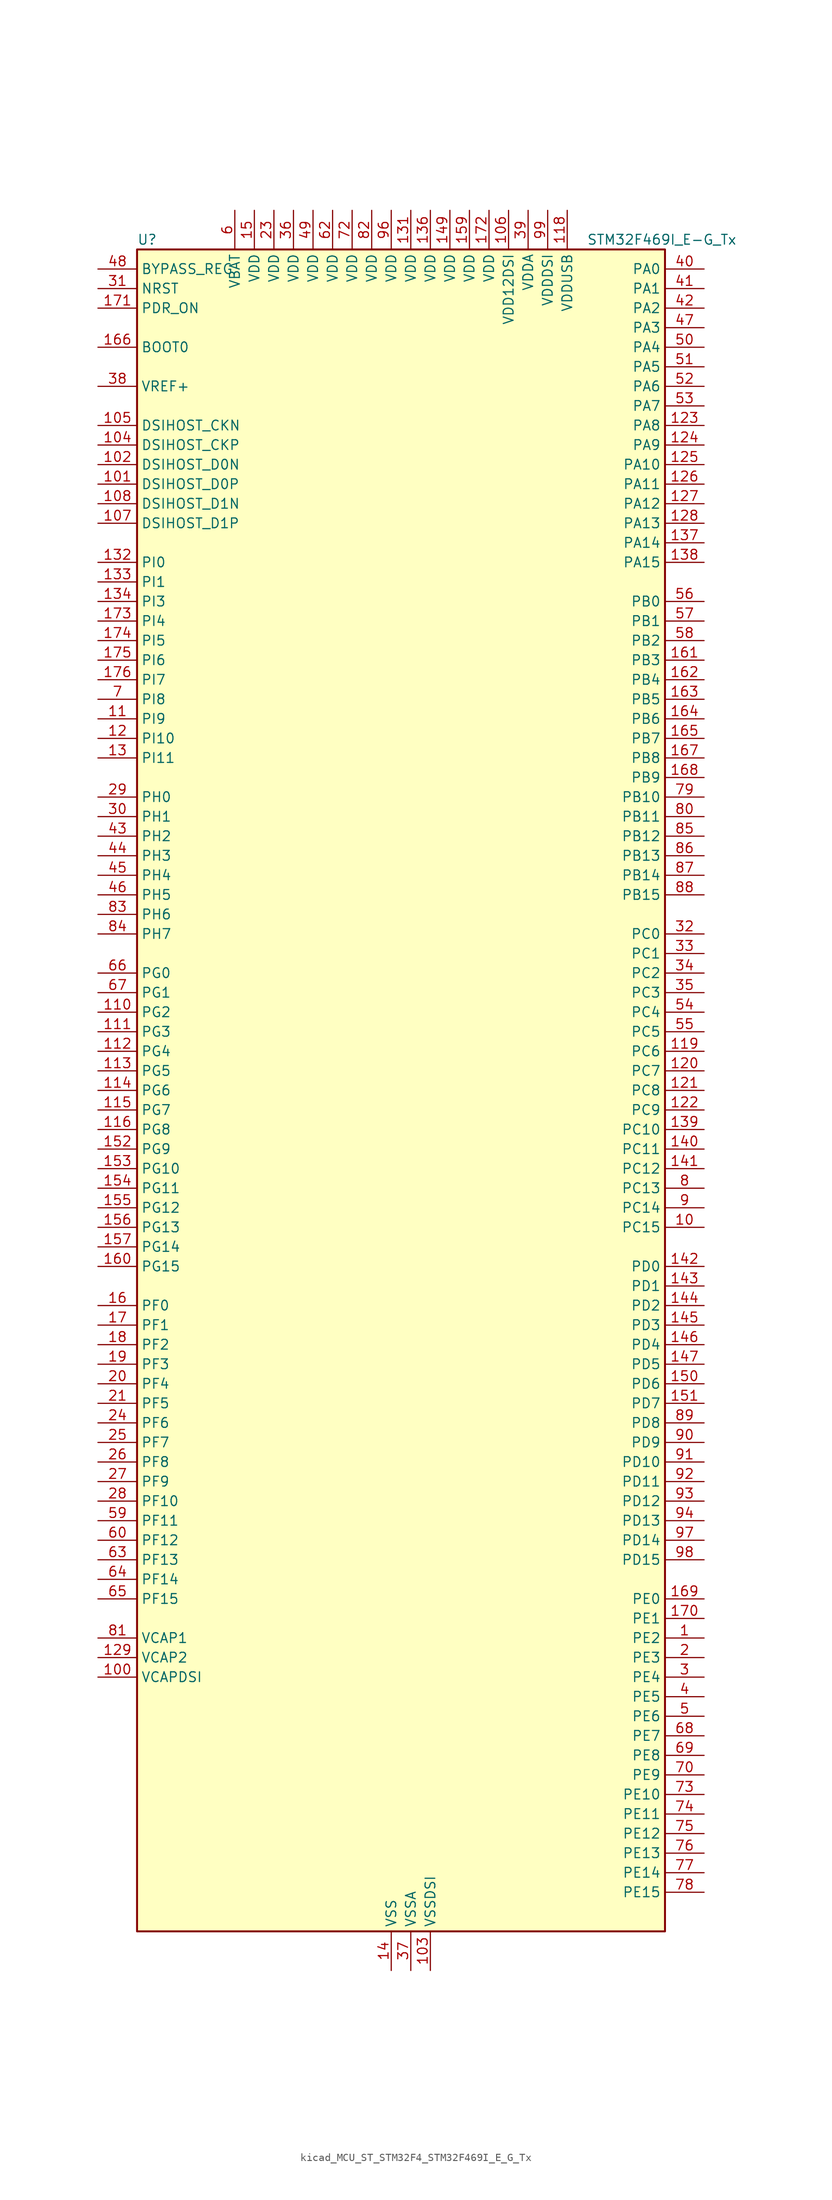
<source format=kicad_sym>
(kicad_symbol_lib
  (version 20220914)
  (generator kicad_symbol_editor)
  (symbol "kicad_MCU_ST_STM32F4_STM32F469I_E_G_Tx"
    (property "Reference" "U"
      (at -33.02 110.49 0)
      (effects (font (size 1.27 1.27)) (justify left)))
    (property "Value" "STM32F469I_E-G_Tx"
      (at 25.4 110.49 0)
      (effects (font (size 1.27 1.27)) (justify left)))
    (property "ki_locked" ""
      (at 0 0 0)
      (effects (font (size 1.27 1.27))))
    (symbol "kicad_MCU_ST_STM32F4_STM32F469I_E_G_Tx_0_1"
      (rectangle (start -33.02 -109.22) (end 35.56 109.22) (stroke (width 0.254) (type default)) (fill (type background))))
    (symbol "kicad_MCU_ST_STM32F4_STM32F469I_E_G_Tx_1_1"
      (pin bidirectional line (at 40.64 -71.12 180) (length 5.08) (name "PE2" (effects (font (size 1.27 1.27)))) (number "1" (effects (font (size 1.27 1.27)))) (alternate "ETH_TXD3" bidirectional line) (alternate "FMC_A23" bidirectional line) (alternate "QUADSPI_BK1_IO2" bidirectional line) (alternate "SAI1_MCLK_A" bidirectional line) (alternate "SPI4_SCK" bidirectional line) (alternate "SYS_TRACECLK" bidirectional line))
      (pin bidirectional line (at 40.64 -17.78 180) (length 5.08) (name "PC15" (effects (font (size 1.27 1.27)))) (number "10" (effects (font (size 1.27 1.27)))) (alternate "ADC1_EXTI15" bidirectional line) (alternate "ADC2_EXTI15" bidirectional line) (alternate "ADC3_EXTI15" bidirectional line) (alternate "RCC_OSC32_OUT" bidirectional line))
      (pin power_out line (at -38.1 -76.2 0) (length 5.08) (name "VCAPDSI" (effects (font (size 1.27 1.27)))) (number "100" (effects (font (size 1.27 1.27)))))
      (pin bidirectional line (at -38.1 78.74 0) (length 5.08) (name "DSIHOST_D0P" (effects (font (size 1.27 1.27)))) (number "101" (effects (font (size 1.27 1.27)))) (alternate "DSIHOST_D0P" bidirectional line))
      (pin bidirectional line (at -38.1 81.28 0) (length 5.08) (name "DSIHOST_D0N" (effects (font (size 1.27 1.27)))) (number "102" (effects (font (size 1.27 1.27)))) (alternate "DSIHOST_D0N" bidirectional line))
      (pin power_in line (at 5.08 -114.3 90) (length 5.08) (name "VSSDSI" (effects (font (size 1.27 1.27)))) (number "103" (effects (font (size 1.27 1.27)))))
      (pin bidirectional line (at -38.1 83.82 0) (length 5.08) (name "DSIHOST_CKP" (effects (font (size 1.27 1.27)))) (number "104" (effects (font (size 1.27 1.27)))) (alternate "DSIHOST_CKP" bidirectional line))
      (pin bidirectional line (at -38.1 86.36 0) (length 5.08) (name "DSIHOST_CKN" (effects (font (size 1.27 1.27)))) (number "105" (effects (font (size 1.27 1.27)))) (alternate "DSIHOST_CKN" bidirectional line))
      (pin power_in line (at 15.24 114.3 270) (length 5.08) (name "VDD12DSI" (effects (font (size 1.27 1.27)))) (number "106" (effects (font (size 1.27 1.27)))))
      (pin bidirectional line (at -38.1 73.66 0) (length 5.08) (name "DSIHOST_D1P" (effects (font (size 1.27 1.27)))) (number "107" (effects (font (size 1.27 1.27)))) (alternate "DSIHOST_D1P" bidirectional line))
      (pin bidirectional line (at -38.1 76.2 0) (length 5.08) (name "DSIHOST_D1N" (effects (font (size 1.27 1.27)))) (number "108" (effects (font (size 1.27 1.27)))) (alternate "DSIHOST_D1N" bidirectional line))
      (pin passive line (at 5.08 -114.3 90) (length 5.08) hide (name "VSSDSI" (effects (font (size 1.27 1.27)))) (number "109" (effects (font (size 1.27 1.27)))))
      (pin bidirectional line (at -38.1 48.26 0) (length 5.08) (name "PI9" (effects (font (size 1.27 1.27)))) (number "11" (effects (font (size 1.27 1.27)))) (alternate "CAN1_RX" bidirectional line) (alternate "DAC_EXTI9" bidirectional line) (alternate "FMC_D30" bidirectional line) (alternate "LTDC_VSYNC" bidirectional line))
      (pin bidirectional line (at -38.1 10.16 0) (length 5.08) (name "PG2" (effects (font (size 1.27 1.27)))) (number "110" (effects (font (size 1.27 1.27)))) (alternate "FMC_A12" bidirectional line))
      (pin bidirectional line (at -38.1 7.62 0) (length 5.08) (name "PG3" (effects (font (size 1.27 1.27)))) (number "111" (effects (font (size 1.27 1.27)))) (alternate "FMC_A13" bidirectional line))
      (pin bidirectional line (at -38.1 5.08 0) (length 5.08) (name "PG4" (effects (font (size 1.27 1.27)))) (number "112" (effects (font (size 1.27 1.27)))) (alternate "FMC_A14" bidirectional line) (alternate "FMC_BA0" bidirectional line))
      (pin bidirectional line (at -38.1 2.54 0) (length 5.08) (name "PG5" (effects (font (size 1.27 1.27)))) (number "113" (effects (font (size 1.27 1.27)))) (alternate "FMC_A15" bidirectional line) (alternate "FMC_BA1" bidirectional line))
      (pin bidirectional line (at -38.1 0 0) (length 5.08) (name "PG6" (effects (font (size 1.27 1.27)))) (number "114" (effects (font (size 1.27 1.27)))) (alternate "DCMI_D12" bidirectional line) (alternate "LTDC_R7" bidirectional line))
      (pin bidirectional line (at -38.1 -2.54 0) (length 5.08) (name "PG7" (effects (font (size 1.27 1.27)))) (number "115" (effects (font (size 1.27 1.27)))) (alternate "DCMI_D13" bidirectional line) (alternate "FMC_INT" bidirectional line) (alternate "LTDC_CLK" bidirectional line) (alternate "SAI1_MCLK_A" bidirectional line) (alternate "USART6_CK" bidirectional line))
      (pin bidirectional line (at -38.1 -5.08 0) (length 5.08) (name "PG8" (effects (font (size 1.27 1.27)))) (number "116" (effects (font (size 1.27 1.27)))) (alternate "ETH_PPS_OUT" bidirectional line) (alternate "FMC_SDCLK" bidirectional line) (alternate "LTDC_G7" bidirectional line) (alternate "SPI6_NSS" bidirectional line) (alternate "USART6_RTS" bidirectional line))
      (pin passive line (at 0 -114.3 90) (length 5.08) hide (name "VSS" (effects (font (size 1.27 1.27)))) (number "117" (effects (font (size 1.27 1.27)))))
      (pin power_in line (at 22.86 114.3 270) (length 5.08) (name "VDDUSB" (effects (font (size 1.27 1.27)))) (number "118" (effects (font (size 1.27 1.27)))))
      (pin bidirectional line (at 40.64 5.08 180) (length 5.08) (name "PC6" (effects (font (size 1.27 1.27)))) (number "119" (effects (font (size 1.27 1.27)))) (alternate "DCMI_D0" bidirectional line) (alternate "I2S2_MCK" bidirectional line) (alternate "LTDC_HSYNC" bidirectional line) (alternate "SDIO_D6" bidirectional line) (alternate "TIM3_CH1" bidirectional line) (alternate "TIM8_CH1" bidirectional line) (alternate "USART6_TX" bidirectional line))
      (pin bidirectional line (at -38.1 45.72 0) (length 5.08) (name "PI10" (effects (font (size 1.27 1.27)))) (number "12" (effects (font (size 1.27 1.27)))) (alternate "ETH_RX_ER" bidirectional line) (alternate "FMC_D31" bidirectional line) (alternate "LTDC_HSYNC" bidirectional line))
      (pin bidirectional line (at 40.64 2.54 180) (length 5.08) (name "PC7" (effects (font (size 1.27 1.27)))) (number "120" (effects (font (size 1.27 1.27)))) (alternate "DCMI_D1" bidirectional line) (alternate "I2S3_MCK" bidirectional line) (alternate "LTDC_G6" bidirectional line) (alternate "SDIO_D7" bidirectional line) (alternate "TIM3_CH2" bidirectional line) (alternate "TIM8_CH2" bidirectional line) (alternate "USART6_RX" bidirectional line))
      (pin bidirectional line (at 40.64 0 180) (length 5.08) (name "PC8" (effects (font (size 1.27 1.27)))) (number "121" (effects (font (size 1.27 1.27)))) (alternate "DCMI_D2" bidirectional line) (alternate "SDIO_D0" bidirectional line) (alternate "SYS_TRACED1" bidirectional line) (alternate "TIM3_CH3" bidirectional line) (alternate "TIM8_CH3" bidirectional line) (alternate "USART6_CK" bidirectional line))
      (pin bidirectional line (at 40.64 -2.54 180) (length 5.08) (name "PC9" (effects (font (size 1.27 1.27)))) (number "122" (effects (font (size 1.27 1.27)))) (alternate "DAC_EXTI9" bidirectional line) (alternate "DCMI_D3" bidirectional line) (alternate "I2C3_SDA" bidirectional line) (alternate "I2S_CKIN" bidirectional line) (alternate "QUADSPI_BK1_IO0" bidirectional line) (alternate "RCC_MCO_2" bidirectional line) (alternate "SDIO_D1" bidirectional line) (alternate "TIM3_CH4" bidirectional line) (alternate "TIM8_CH4" bidirectional line))
      (pin bidirectional line (at 40.64 86.36 180) (length 5.08) (name "PA8" (effects (font (size 1.27 1.27)))) (number "123" (effects (font (size 1.27 1.27)))) (alternate "I2C3_SCL" bidirectional line) (alternate "LTDC_R6" bidirectional line) (alternate "RCC_MCO_1" bidirectional line) (alternate "TIM1_CH1" bidirectional line) (alternate "USART1_CK" bidirectional line) (alternate "USB_OTG_FS_SOF" bidirectional line))
      (pin bidirectional line (at 40.64 83.82 180) (length 5.08) (name "PA9" (effects (font (size 1.27 1.27)))) (number "124" (effects (font (size 1.27 1.27)))) (alternate "DAC_EXTI9" bidirectional line) (alternate "DCMI_D0" bidirectional line) (alternate "I2C3_SMBA" bidirectional line) (alternate "I2S2_CK" bidirectional line) (alternate "SPI2_SCK" bidirectional line) (alternate "TIM1_CH2" bidirectional line) (alternate "USART1_TX" bidirectional line) (alternate "USB_OTG_FS_VBUS" bidirectional line))
      (pin bidirectional line (at 40.64 81.28 180) (length 5.08) (name "PA10" (effects (font (size 1.27 1.27)))) (number "125" (effects (font (size 1.27 1.27)))) (alternate "DCMI_D1" bidirectional line) (alternate "TIM1_CH3" bidirectional line) (alternate "USART1_RX" bidirectional line) (alternate "USB_OTG_FS_ID" bidirectional line))
      (pin bidirectional line (at 40.64 78.74 180) (length 5.08) (name "PA11" (effects (font (size 1.27 1.27)))) (number "126" (effects (font (size 1.27 1.27)))) (alternate "ADC1_EXTI11" bidirectional line) (alternate "ADC2_EXTI11" bidirectional line) (alternate "ADC3_EXTI11" bidirectional line) (alternate "CAN1_RX" bidirectional line) (alternate "LTDC_R4" bidirectional line) (alternate "TIM1_CH4" bidirectional line) (alternate "USART1_CTS" bidirectional line) (alternate "USB_OTG_FS_DM" bidirectional line))
      (pin bidirectional line (at 40.64 76.2 180) (length 5.08) (name "PA12" (effects (font (size 1.27 1.27)))) (number "127" (effects (font (size 1.27 1.27)))) (alternate "CAN1_TX" bidirectional line) (alternate "LTDC_R5" bidirectional line) (alternate "TIM1_ETR" bidirectional line) (alternate "USART1_RTS" bidirectional line) (alternate "USB_OTG_FS_DP" bidirectional line))
      (pin bidirectional line (at 40.64 73.66 180) (length 5.08) (name "PA13" (effects (font (size 1.27 1.27)))) (number "128" (effects (font (size 1.27 1.27)))) (alternate "SYS_JTMS-SWDIO" bidirectional line))
      (pin power_out line (at -38.1 -73.66 0) (length 5.08) (name "VCAP2" (effects (font (size 1.27 1.27)))) (number "129" (effects (font (size 1.27 1.27)))))
      (pin bidirectional line (at -38.1 43.18 0) (length 5.08) (name "PI11" (effects (font (size 1.27 1.27)))) (number "13" (effects (font (size 1.27 1.27)))) (alternate "ADC1_EXTI11" bidirectional line) (alternate "ADC2_EXTI11" bidirectional line) (alternate "ADC3_EXTI11" bidirectional line) (alternate "LTDC_G6" bidirectional line) (alternate "USB_OTG_HS_ULPI_DIR" bidirectional line))
      (pin passive line (at 0 -114.3 90) (length 5.08) hide (name "VSS" (effects (font (size 1.27 1.27)))) (number "130" (effects (font (size 1.27 1.27)))))
      (pin power_in line (at 2.54 114.3 270) (length 5.08) (name "VDD" (effects (font (size 1.27 1.27)))) (number "131" (effects (font (size 1.27 1.27)))))
      (pin bidirectional line (at -38.1 68.58 0) (length 5.08) (name "PI0" (effects (font (size 1.27 1.27)))) (number "132" (effects (font (size 1.27 1.27)))) (alternate "DCMI_D13" bidirectional line) (alternate "FMC_D24" bidirectional line) (alternate "I2S2_WS" bidirectional line) (alternate "LTDC_G5" bidirectional line) (alternate "SPI2_NSS" bidirectional line) (alternate "TIM5_CH4" bidirectional line))
      (pin bidirectional line (at -38.1 66.04 0) (length 5.08) (name "PI1" (effects (font (size 1.27 1.27)))) (number "133" (effects (font (size 1.27 1.27)))) (alternate "DCMI_D8" bidirectional line) (alternate "FMC_D25" bidirectional line) (alternate "I2S2_CK" bidirectional line) (alternate "LTDC_G6" bidirectional line) (alternate "SPI2_SCK" bidirectional line))
      (pin bidirectional line (at -38.1 63.5 0) (length 5.08) (name "PI3" (effects (font (size 1.27 1.27)))) (number "134" (effects (font (size 1.27 1.27)))) (alternate "DCMI_D10" bidirectional line) (alternate "FMC_D27" bidirectional line) (alternate "I2S2_SD" bidirectional line) (alternate "SPI2_MOSI" bidirectional line) (alternate "TIM8_ETR" bidirectional line))
      (pin passive line (at 0 -114.3 90) (length 5.08) hide (name "VSS" (effects (font (size 1.27 1.27)))) (number "135" (effects (font (size 1.27 1.27)))))
      (pin power_in line (at 5.08 114.3 270) (length 5.08) (name "VDD" (effects (font (size 1.27 1.27)))) (number "136" (effects (font (size 1.27 1.27)))))
      (pin bidirectional line (at 40.64 71.12 180) (length 5.08) (name "PA14" (effects (font (size 1.27 1.27)))) (number "137" (effects (font (size 1.27 1.27)))) (alternate "SYS_JTCK-SWCLK" bidirectional line))
      (pin bidirectional line (at 40.64 68.58 180) (length 5.08) (name "PA15" (effects (font (size 1.27 1.27)))) (number "138" (effects (font (size 1.27 1.27)))) (alternate "ADC1_EXTI15" bidirectional line) (alternate "ADC2_EXTI15" bidirectional line) (alternate "ADC3_EXTI15" bidirectional line) (alternate "I2S3_WS" bidirectional line) (alternate "SPI1_NSS" bidirectional line) (alternate "SPI3_NSS" bidirectional line) (alternate "SYS_JTDI" bidirectional line) (alternate "TIM2_CH1" bidirectional line) (alternate "TIM2_ETR" bidirectional line))
      (pin bidirectional line (at 40.64 -5.08 180) (length 5.08) (name "PC10" (effects (font (size 1.27 1.27)))) (number "139" (effects (font (size 1.27 1.27)))) (alternate "DCMI_D8" bidirectional line) (alternate "I2S3_CK" bidirectional line) (alternate "LTDC_R2" bidirectional line) (alternate "QUADSPI_BK1_IO1" bidirectional line) (alternate "SDIO_D2" bidirectional line) (alternate "SPI3_SCK" bidirectional line) (alternate "UART4_TX" bidirectional line) (alternate "USART3_TX" bidirectional line))
      (pin power_in line (at 0 -114.3 90) (length 5.08) (name "VSS" (effects (font (size 1.27 1.27)))) (number "14" (effects (font (size 1.27 1.27)))))
      (pin bidirectional line (at 40.64 -7.62 180) (length 5.08) (name "PC11" (effects (font (size 1.27 1.27)))) (number "140" (effects (font (size 1.27 1.27)))) (alternate "ADC1_EXTI11" bidirectional line) (alternate "ADC2_EXTI11" bidirectional line) (alternate "ADC3_EXTI11" bidirectional line) (alternate "DCMI_D4" bidirectional line) (alternate "I2S3_ext_SD" bidirectional line) (alternate "QUADSPI_BK2_NCS" bidirectional line) (alternate "SDIO_D3" bidirectional line) (alternate "SPI3_MISO" bidirectional line) (alternate "UART4_RX" bidirectional line) (alternate "USART3_RX" bidirectional line))
      (pin bidirectional line (at 40.64 -10.16 180) (length 5.08) (name "PC12" (effects (font (size 1.27 1.27)))) (number "141" (effects (font (size 1.27 1.27)))) (alternate "DCMI_D9" bidirectional line) (alternate "I2S3_SD" bidirectional line) (alternate "SDIO_CK" bidirectional line) (alternate "SPI3_MOSI" bidirectional line) (alternate "SYS_TRACED3" bidirectional line) (alternate "UART5_TX" bidirectional line) (alternate "USART3_CK" bidirectional line))
      (pin bidirectional line (at 40.64 -22.86 180) (length 5.08) (name "PD0" (effects (font (size 1.27 1.27)))) (number "142" (effects (font (size 1.27 1.27)))) (alternate "CAN1_RX" bidirectional line) (alternate "FMC_D2" bidirectional line) (alternate "FMC_DA2" bidirectional line))
      (pin bidirectional line (at 40.64 -25.4 180) (length 5.08) (name "PD1" (effects (font (size 1.27 1.27)))) (number "143" (effects (font (size 1.27 1.27)))) (alternate "CAN1_TX" bidirectional line) (alternate "FMC_D3" bidirectional line) (alternate "FMC_DA3" bidirectional line))
      (pin bidirectional line (at 40.64 -27.94 180) (length 5.08) (name "PD2" (effects (font (size 1.27 1.27)))) (number "144" (effects (font (size 1.27 1.27)))) (alternate "DCMI_D11" bidirectional line) (alternate "SDIO_CMD" bidirectional line) (alternate "SYS_TRACED2" bidirectional line) (alternate "TIM3_ETR" bidirectional line) (alternate "UART5_RX" bidirectional line))
      (pin bidirectional line (at 40.64 -30.48 180) (length 5.08) (name "PD3" (effects (font (size 1.27 1.27)))) (number "145" (effects (font (size 1.27 1.27)))) (alternate "DCMI_D5" bidirectional line) (alternate "FMC_CLK" bidirectional line) (alternate "I2S2_CK" bidirectional line) (alternate "LTDC_G7" bidirectional line) (alternate "SPI2_SCK" bidirectional line) (alternate "USART2_CTS" bidirectional line))
      (pin bidirectional line (at 40.64 -33.02 180) (length 5.08) (name "PD4" (effects (font (size 1.27 1.27)))) (number "146" (effects (font (size 1.27 1.27)))) (alternate "FMC_NOE" bidirectional line) (alternate "USART2_RTS" bidirectional line))
      (pin bidirectional line (at 40.64 -35.56 180) (length 5.08) (name "PD5" (effects (font (size 1.27 1.27)))) (number "147" (effects (font (size 1.27 1.27)))) (alternate "FMC_NWE" bidirectional line) (alternate "USART2_TX" bidirectional line))
      (pin passive line (at 0 -114.3 90) (length 5.08) hide (name "VSS" (effects (font (size 1.27 1.27)))) (number "148" (effects (font (size 1.27 1.27)))))
      (pin power_in line (at 7.62 114.3 270) (length 5.08) (name "VDD" (effects (font (size 1.27 1.27)))) (number "149" (effects (font (size 1.27 1.27)))))
      (pin power_in line (at -17.78 114.3 270) (length 5.08) (name "VDD" (effects (font (size 1.27 1.27)))) (number "15" (effects (font (size 1.27 1.27)))))
      (pin bidirectional line (at 40.64 -38.1 180) (length 5.08) (name "PD6" (effects (font (size 1.27 1.27)))) (number "150" (effects (font (size 1.27 1.27)))) (alternate "DCMI_D10" bidirectional line) (alternate "FMC_NWAIT" bidirectional line) (alternate "I2S3_SD" bidirectional line) (alternate "LTDC_B2" bidirectional line) (alternate "SAI1_SD_A" bidirectional line) (alternate "SPI3_MOSI" bidirectional line) (alternate "USART2_RX" bidirectional line))
      (pin bidirectional line (at 40.64 -40.64 180) (length 5.08) (name "PD7" (effects (font (size 1.27 1.27)))) (number "151" (effects (font (size 1.27 1.27)))) (alternate "FMC_NE1" bidirectional line) (alternate "USART2_CK" bidirectional line))
      (pin bidirectional line (at -38.1 -7.62 0) (length 5.08) (name "PG9" (effects (font (size 1.27 1.27)))) (number "152" (effects (font (size 1.27 1.27)))) (alternate "DAC_EXTI9" bidirectional line) (alternate "DCMI_VSYNC" bidirectional line) (alternate "FMC_NCE" bidirectional line) (alternate "FMC_NE2" bidirectional line) (alternate "QUADSPI_BK2_IO2" bidirectional line) (alternate "USART6_RX" bidirectional line))
      (pin bidirectional line (at -38.1 -10.16 0) (length 5.08) (name "PG10" (effects (font (size 1.27 1.27)))) (number "153" (effects (font (size 1.27 1.27)))) (alternate "DCMI_D2" bidirectional line) (alternate "FMC_NE3" bidirectional line) (alternate "LTDC_B2" bidirectional line) (alternate "LTDC_G3" bidirectional line))
      (pin bidirectional line (at -38.1 -12.7 0) (length 5.08) (name "PG11" (effects (font (size 1.27 1.27)))) (number "154" (effects (font (size 1.27 1.27)))) (alternate "ADC1_EXTI11" bidirectional line) (alternate "ADC2_EXTI11" bidirectional line) (alternate "ADC3_EXTI11" bidirectional line) (alternate "DCMI_D3" bidirectional line) (alternate "ETH_TX_EN" bidirectional line) (alternate "LTDC_B3" bidirectional line))
      (pin bidirectional line (at -38.1 -15.24 0) (length 5.08) (name "PG12" (effects (font (size 1.27 1.27)))) (number "155" (effects (font (size 1.27 1.27)))) (alternate "FMC_NE4" bidirectional line) (alternate "LTDC_B1" bidirectional line) (alternate "LTDC_B4" bidirectional line) (alternate "SPI6_MISO" bidirectional line) (alternate "USART6_RTS" bidirectional line))
      (pin bidirectional line (at -38.1 -17.78 0) (length 5.08) (name "PG13" (effects (font (size 1.27 1.27)))) (number "156" (effects (font (size 1.27 1.27)))) (alternate "ETH_TXD0" bidirectional line) (alternate "FMC_A24" bidirectional line) (alternate "LTDC_R0" bidirectional line) (alternate "SPI6_SCK" bidirectional line) (alternate "SYS_TRACED0" bidirectional line) (alternate "USART6_CTS" bidirectional line))
      (pin bidirectional line (at -38.1 -20.32 0) (length 5.08) (name "PG14" (effects (font (size 1.27 1.27)))) (number "157" (effects (font (size 1.27 1.27)))) (alternate "ETH_TXD1" bidirectional line) (alternate "FMC_A25" bidirectional line) (alternate "LTDC_B0" bidirectional line) (alternate "QUADSPI_BK2_IO3" bidirectional line) (alternate "SPI6_MOSI" bidirectional line) (alternate "SYS_TRACED1" bidirectional line) (alternate "USART6_TX" bidirectional line))
      (pin passive line (at 0 -114.3 90) (length 5.08) hide (name "VSS" (effects (font (size 1.27 1.27)))) (number "158" (effects (font (size 1.27 1.27)))))
      (pin power_in line (at 10.16 114.3 270) (length 5.08) (name "VDD" (effects (font (size 1.27 1.27)))) (number "159" (effects (font (size 1.27 1.27)))))
      (pin bidirectional line (at -38.1 -27.94 0) (length 5.08) (name "PF0" (effects (font (size 1.27 1.27)))) (number "16" (effects (font (size 1.27 1.27)))) (alternate "FMC_A0" bidirectional line) (alternate "I2C2_SDA" bidirectional line))
      (pin bidirectional line (at -38.1 -22.86 0) (length 5.08) (name "PG15" (effects (font (size 1.27 1.27)))) (number "160" (effects (font (size 1.27 1.27)))) (alternate "ADC1_EXTI15" bidirectional line) (alternate "ADC2_EXTI15" bidirectional line) (alternate "ADC3_EXTI15" bidirectional line) (alternate "DCMI_D13" bidirectional line) (alternate "FMC_SDNCAS" bidirectional line) (alternate "USART6_CTS" bidirectional line))
      (pin bidirectional line (at 40.64 55.88 180) (length 5.08) (name "PB3" (effects (font (size 1.27 1.27)))) (number "161" (effects (font (size 1.27 1.27)))) (alternate "I2S3_CK" bidirectional line) (alternate "SPI1_SCK" bidirectional line) (alternate "SPI3_SCK" bidirectional line) (alternate "SYS_JTDO-SWO" bidirectional line) (alternate "TIM2_CH2" bidirectional line))
      (pin bidirectional line (at 40.64 53.34 180) (length 5.08) (name "PB4" (effects (font (size 1.27 1.27)))) (number "162" (effects (font (size 1.27 1.27)))) (alternate "I2S3_ext_SD" bidirectional line) (alternate "SPI1_MISO" bidirectional line) (alternate "SPI3_MISO" bidirectional line) (alternate "SYS_JTRST" bidirectional line) (alternate "TIM3_CH1" bidirectional line))
      (pin bidirectional line (at 40.64 50.8 180) (length 5.08) (name "PB5" (effects (font (size 1.27 1.27)))) (number "163" (effects (font (size 1.27 1.27)))) (alternate "CAN2_RX" bidirectional line) (alternate "DCMI_D10" bidirectional line) (alternate "ETH_PPS_OUT" bidirectional line) (alternate "FMC_SDCKE1" bidirectional line) (alternate "I2C1_SMBA" bidirectional line) (alternate "I2S3_SD" bidirectional line) (alternate "LTDC_G7" bidirectional line) (alternate "SPI1_MOSI" bidirectional line) (alternate "SPI3_MOSI" bidirectional line) (alternate "TIM3_CH2" bidirectional line) (alternate "USB_OTG_HS_ULPI_D7" bidirectional line))
      (pin bidirectional line (at 40.64 48.26 180) (length 5.08) (name "PB6" (effects (font (size 1.27 1.27)))) (number "164" (effects (font (size 1.27 1.27)))) (alternate "CAN2_TX" bidirectional line) (alternate "DCMI_D5" bidirectional line) (alternate "FMC_SDNE1" bidirectional line) (alternate "I2C1_SCL" bidirectional line) (alternate "QUADSPI_BK1_NCS" bidirectional line) (alternate "TIM4_CH1" bidirectional line) (alternate "USART1_TX" bidirectional line))
      (pin bidirectional line (at 40.64 45.72 180) (length 5.08) (name "PB7" (effects (font (size 1.27 1.27)))) (number "165" (effects (font (size 1.27 1.27)))) (alternate "DCMI_VSYNC" bidirectional line) (alternate "FMC_NL" bidirectional line) (alternate "I2C1_SDA" bidirectional line) (alternate "TIM4_CH2" bidirectional line) (alternate "USART1_RX" bidirectional line))
      (pin input line (at -38.1 96.52 0) (length 5.08) (name "BOOT0" (effects (font (size 1.27 1.27)))) (number "166" (effects (font (size 1.27 1.27)))))
      (pin bidirectional line (at 40.64 43.18 180) (length 5.08) (name "PB8" (effects (font (size 1.27 1.27)))) (number "167" (effects (font (size 1.27 1.27)))) (alternate "CAN1_RX" bidirectional line) (alternate "DCMI_D6" bidirectional line) (alternate "ETH_TXD3" bidirectional line) (alternate "I2C1_SCL" bidirectional line) (alternate "LTDC_B6" bidirectional line) (alternate "SDIO_D4" bidirectional line) (alternate "TIM10_CH1" bidirectional line) (alternate "TIM4_CH3" bidirectional line))
      (pin bidirectional line (at 40.64 40.64 180) (length 5.08) (name "PB9" (effects (font (size 1.27 1.27)))) (number "168" (effects (font (size 1.27 1.27)))) (alternate "CAN1_TX" bidirectional line) (alternate "DAC_EXTI9" bidirectional line) (alternate "DCMI_D7" bidirectional line) (alternate "I2C1_SDA" bidirectional line) (alternate "I2S2_WS" bidirectional line) (alternate "LTDC_B7" bidirectional line) (alternate "SDIO_D5" bidirectional line) (alternate "SPI2_NSS" bidirectional line) (alternate "TIM11_CH1" bidirectional line) (alternate "TIM4_CH4" bidirectional line))
      (pin bidirectional line (at 40.64 -66.04 180) (length 5.08) (name "PE0" (effects (font (size 1.27 1.27)))) (number "169" (effects (font (size 1.27 1.27)))) (alternate "DCMI_D2" bidirectional line) (alternate "FMC_NBL0" bidirectional line) (alternate "TIM4_ETR" bidirectional line) (alternate "UART8_RX" bidirectional line))
      (pin bidirectional line (at -38.1 -30.48 0) (length 5.08) (name "PF1" (effects (font (size 1.27 1.27)))) (number "17" (effects (font (size 1.27 1.27)))) (alternate "FMC_A1" bidirectional line) (alternate "I2C2_SCL" bidirectional line))
      (pin bidirectional line (at 40.64 -68.58 180) (length 5.08) (name "PE1" (effects (font (size 1.27 1.27)))) (number "170" (effects (font (size 1.27 1.27)))) (alternate "DCMI_D3" bidirectional line) (alternate "FMC_NBL1" bidirectional line) (alternate "UART8_TX" bidirectional line))
      (pin input line (at -38.1 101.6 0) (length 5.08) (name "PDR_ON" (effects (font (size 1.27 1.27)))) (number "171" (effects (font (size 1.27 1.27)))))
      (pin power_in line (at 12.7 114.3 270) (length 5.08) (name "VDD" (effects (font (size 1.27 1.27)))) (number "172" (effects (font (size 1.27 1.27)))))
      (pin bidirectional line (at -38.1 60.96 0) (length 5.08) (name "PI4" (effects (font (size 1.27 1.27)))) (number "173" (effects (font (size 1.27 1.27)))) (alternate "DCMI_D5" bidirectional line) (alternate "FMC_NBL2" bidirectional line) (alternate "LTDC_B4" bidirectional line) (alternate "TIM8_BKIN" bidirectional line))
      (pin bidirectional line (at -38.1 58.42 0) (length 5.08) (name "PI5" (effects (font (size 1.27 1.27)))) (number "174" (effects (font (size 1.27 1.27)))) (alternate "DCMI_VSYNC" bidirectional line) (alternate "FMC_NBL3" bidirectional line) (alternate "LTDC_B5" bidirectional line) (alternate "TIM8_CH1" bidirectional line))
      (pin bidirectional line (at -38.1 55.88 0) (length 5.08) (name "PI6" (effects (font (size 1.27 1.27)))) (number "175" (effects (font (size 1.27 1.27)))) (alternate "DCMI_D6" bidirectional line) (alternate "FMC_D28" bidirectional line) (alternate "LTDC_B6" bidirectional line) (alternate "TIM8_CH2" bidirectional line))
      (pin bidirectional line (at -38.1 53.34 0) (length 5.08) (name "PI7" (effects (font (size 1.27 1.27)))) (number "176" (effects (font (size 1.27 1.27)))) (alternate "DCMI_D7" bidirectional line) (alternate "FMC_D29" bidirectional line) (alternate "LTDC_B7" bidirectional line) (alternate "TIM8_CH3" bidirectional line))
      (pin bidirectional line (at -38.1 -33.02 0) (length 5.08) (name "PF2" (effects (font (size 1.27 1.27)))) (number "18" (effects (font (size 1.27 1.27)))) (alternate "FMC_A2" bidirectional line) (alternate "I2C2_SMBA" bidirectional line))
      (pin bidirectional line (at -38.1 -35.56 0) (length 5.08) (name "PF3" (effects (font (size 1.27 1.27)))) (number "19" (effects (font (size 1.27 1.27)))) (alternate "ADC3_IN9" bidirectional line) (alternate "FMC_A3" bidirectional line))
      (pin bidirectional line (at 40.64 -73.66 180) (length 5.08) (name "PE3" (effects (font (size 1.27 1.27)))) (number "2" (effects (font (size 1.27 1.27)))) (alternate "FMC_A19" bidirectional line) (alternate "SAI1_SD_B" bidirectional line) (alternate "SYS_TRACED0" bidirectional line))
      (pin bidirectional line (at -38.1 -38.1 0) (length 5.08) (name "PF4" (effects (font (size 1.27 1.27)))) (number "20" (effects (font (size 1.27 1.27)))) (alternate "ADC3_IN14" bidirectional line) (alternate "FMC_A4" bidirectional line))
      (pin bidirectional line (at -38.1 -40.64 0) (length 5.08) (name "PF5" (effects (font (size 1.27 1.27)))) (number "21" (effects (font (size 1.27 1.27)))) (alternate "ADC3_IN15" bidirectional line) (alternate "FMC_A5" bidirectional line))
      (pin passive line (at 0 -114.3 90) (length 5.08) hide (name "VSS" (effects (font (size 1.27 1.27)))) (number "22" (effects (font (size 1.27 1.27)))))
      (pin power_in line (at -15.24 114.3 270) (length 5.08) (name "VDD" (effects (font (size 1.27 1.27)))) (number "23" (effects (font (size 1.27 1.27)))))
      (pin bidirectional line (at -38.1 -43.18 0) (length 5.08) (name "PF6" (effects (font (size 1.27 1.27)))) (number "24" (effects (font (size 1.27 1.27)))) (alternate "ADC3_IN4" bidirectional line) (alternate "QUADSPI_BK1_IO3" bidirectional line) (alternate "SAI1_SD_B" bidirectional line) (alternate "SPI5_NSS" bidirectional line) (alternate "TIM10_CH1" bidirectional line) (alternate "UART7_RX" bidirectional line))
      (pin bidirectional line (at -38.1 -45.72 0) (length 5.08) (name "PF7" (effects (font (size 1.27 1.27)))) (number "25" (effects (font (size 1.27 1.27)))) (alternate "ADC3_IN5" bidirectional line) (alternate "QUADSPI_BK1_IO2" bidirectional line) (alternate "SAI1_MCLK_B" bidirectional line) (alternate "SPI5_SCK" bidirectional line) (alternate "TIM11_CH1" bidirectional line) (alternate "UART7_TX" bidirectional line))
      (pin bidirectional line (at -38.1 -48.26 0) (length 5.08) (name "PF8" (effects (font (size 1.27 1.27)))) (number "26" (effects (font (size 1.27 1.27)))) (alternate "ADC3_IN6" bidirectional line) (alternate "QUADSPI_BK1_IO0" bidirectional line) (alternate "SAI1_SCK_B" bidirectional line) (alternate "SPI5_MISO" bidirectional line) (alternate "TIM13_CH1" bidirectional line))
      (pin bidirectional line (at -38.1 -50.8 0) (length 5.08) (name "PF9" (effects (font (size 1.27 1.27)))) (number "27" (effects (font (size 1.27 1.27)))) (alternate "ADC3_IN7" bidirectional line) (alternate "DAC_EXTI9" bidirectional line) (alternate "QUADSPI_BK1_IO1" bidirectional line) (alternate "SAI1_FS_B" bidirectional line) (alternate "SPI5_MOSI" bidirectional line) (alternate "TIM14_CH1" bidirectional line))
      (pin bidirectional line (at -38.1 -53.34 0) (length 5.08) (name "PF10" (effects (font (size 1.27 1.27)))) (number "28" (effects (font (size 1.27 1.27)))) (alternate "ADC3_IN8" bidirectional line) (alternate "DCMI_D11" bidirectional line) (alternate "LTDC_DE" bidirectional line) (alternate "QUADSPI_CLK" bidirectional line))
      (pin bidirectional line (at -38.1 38.1 0) (length 5.08) (name "PH0" (effects (font (size 1.27 1.27)))) (number "29" (effects (font (size 1.27 1.27)))) (alternate "RCC_OSC_IN" bidirectional line))
      (pin bidirectional line (at 40.64 -76.2 180) (length 5.08) (name "PE4" (effects (font (size 1.27 1.27)))) (number "3" (effects (font (size 1.27 1.27)))) (alternate "DCMI_D4" bidirectional line) (alternate "FMC_A20" bidirectional line) (alternate "LTDC_B0" bidirectional line) (alternate "SAI1_FS_A" bidirectional line) (alternate "SPI4_NSS" bidirectional line) (alternate "SYS_TRACED1" bidirectional line))
      (pin bidirectional line (at -38.1 35.56 0) (length 5.08) (name "PH1" (effects (font (size 1.27 1.27)))) (number "30" (effects (font (size 1.27 1.27)))) (alternate "RCC_OSC_OUT" bidirectional line))
      (pin input line (at -38.1 104.14 0) (length 5.08) (name "NRST" (effects (font (size 1.27 1.27)))) (number "31" (effects (font (size 1.27 1.27)))))
      (pin bidirectional line (at 40.64 20.32 180) (length 5.08) (name "PC0" (effects (font (size 1.27 1.27)))) (number "32" (effects (font (size 1.27 1.27)))) (alternate "ADC1_IN10" bidirectional line) (alternate "ADC2_IN10" bidirectional line) (alternate "ADC3_IN10" bidirectional line) (alternate "FMC_SDNWE" bidirectional line) (alternate "LTDC_R5" bidirectional line) (alternate "USB_OTG_HS_ULPI_STP" bidirectional line))
      (pin bidirectional line (at 40.64 17.78 180) (length 5.08) (name "PC1" (effects (font (size 1.27 1.27)))) (number "33" (effects (font (size 1.27 1.27)))) (alternate "ADC1_IN11" bidirectional line) (alternate "ADC2_IN11" bidirectional line) (alternate "ADC3_IN11" bidirectional line) (alternate "ETH_MDC" bidirectional line) (alternate "I2S2_SD" bidirectional line) (alternate "SAI1_SD_A" bidirectional line) (alternate "SPI2_MOSI" bidirectional line) (alternate "SYS_TRACED0" bidirectional line))
      (pin bidirectional line (at 40.64 15.24 180) (length 5.08) (name "PC2" (effects (font (size 1.27 1.27)))) (number "34" (effects (font (size 1.27 1.27)))) (alternate "ADC1_IN12" bidirectional line) (alternate "ADC2_IN12" bidirectional line) (alternate "ADC3_IN12" bidirectional line) (alternate "ETH_TXD2" bidirectional line) (alternate "FMC_SDNE0" bidirectional line) (alternate "I2S2_ext_SD" bidirectional line) (alternate "SPI2_MISO" bidirectional line) (alternate "USB_OTG_HS_ULPI_DIR" bidirectional line))
      (pin bidirectional line (at 40.64 12.7 180) (length 5.08) (name "PC3" (effects (font (size 1.27 1.27)))) (number "35" (effects (font (size 1.27 1.27)))) (alternate "ADC1_IN13" bidirectional line) (alternate "ADC2_IN13" bidirectional line) (alternate "ADC3_IN13" bidirectional line) (alternate "ETH_TX_CLK" bidirectional line) (alternate "FMC_SDCKE0" bidirectional line) (alternate "I2S2_SD" bidirectional line) (alternate "SPI2_MOSI" bidirectional line) (alternate "USB_OTG_HS_ULPI_NXT" bidirectional line))
      (pin power_in line (at -12.7 114.3 270) (length 5.08) (name "VDD" (effects (font (size 1.27 1.27)))) (number "36" (effects (font (size 1.27 1.27)))))
      (pin power_in line (at 2.54 -114.3 90) (length 5.08) (name "VSSA" (effects (font (size 1.27 1.27)))) (number "37" (effects (font (size 1.27 1.27)))))
      (pin input line (at -38.1 91.44 0) (length 5.08) (name "VREF+" (effects (font (size 1.27 1.27)))) (number "38" (effects (font (size 1.27 1.27)))))
      (pin power_in line (at 17.78 114.3 270) (length 5.08) (name "VDDA" (effects (font (size 1.27 1.27)))) (number "39" (effects (font (size 1.27 1.27)))))
      (pin bidirectional line (at 40.64 -78.74 180) (length 5.08) (name "PE5" (effects (font (size 1.27 1.27)))) (number "4" (effects (font (size 1.27 1.27)))) (alternate "DCMI_D6" bidirectional line) (alternate "FMC_A21" bidirectional line) (alternate "LTDC_G0" bidirectional line) (alternate "SAI1_SCK_A" bidirectional line) (alternate "SPI4_MISO" bidirectional line) (alternate "SYS_TRACED2" bidirectional line) (alternate "TIM9_CH1" bidirectional line))
      (pin bidirectional line (at 40.64 106.68 180) (length 5.08) (name "PA0" (effects (font (size 1.27 1.27)))) (number "40" (effects (font (size 1.27 1.27)))) (alternate "ADC1_IN0" bidirectional line) (alternate "ADC2_IN0" bidirectional line) (alternate "ADC3_IN0" bidirectional line) (alternate "ETH_CRS" bidirectional line) (alternate "SYS_WKUP" bidirectional line) (alternate "TIM2_CH1" bidirectional line) (alternate "TIM2_ETR" bidirectional line) (alternate "TIM5_CH1" bidirectional line) (alternate "TIM8_ETR" bidirectional line) (alternate "UART4_TX" bidirectional line) (alternate "USART2_CTS" bidirectional line))
      (pin bidirectional line (at 40.64 104.14 180) (length 5.08) (name "PA1" (effects (font (size 1.27 1.27)))) (number "41" (effects (font (size 1.27 1.27)))) (alternate "ADC1_IN1" bidirectional line) (alternate "ADC2_IN1" bidirectional line) (alternate "ADC3_IN1" bidirectional line) (alternate "ETH_REF_CLK" bidirectional line) (alternate "ETH_RX_CLK" bidirectional line) (alternate "LTDC_R2" bidirectional line) (alternate "QUADSPI_BK1_IO3" bidirectional line) (alternate "TIM2_CH2" bidirectional line) (alternate "TIM5_CH2" bidirectional line) (alternate "UART4_RX" bidirectional line) (alternate "USART2_RTS" bidirectional line))
      (pin bidirectional line (at 40.64 101.6 180) (length 5.08) (name "PA2" (effects (font (size 1.27 1.27)))) (number "42" (effects (font (size 1.27 1.27)))) (alternate "ADC1_IN2" bidirectional line) (alternate "ADC2_IN2" bidirectional line) (alternate "ADC3_IN2" bidirectional line) (alternate "ETH_MDIO" bidirectional line) (alternate "LTDC_R1" bidirectional line) (alternate "TIM2_CH3" bidirectional line) (alternate "TIM5_CH3" bidirectional line) (alternate "TIM9_CH1" bidirectional line) (alternate "USART2_TX" bidirectional line))
      (pin bidirectional line (at -38.1 33.02 0) (length 5.08) (name "PH2" (effects (font (size 1.27 1.27)))) (number "43" (effects (font (size 1.27 1.27)))) (alternate "ETH_CRS" bidirectional line) (alternate "FMC_SDCKE0" bidirectional line) (alternate "LTDC_R0" bidirectional line) (alternate "QUADSPI_BK2_IO0" bidirectional line))
      (pin bidirectional line (at -38.1 30.48 0) (length 5.08) (name "PH3" (effects (font (size 1.27 1.27)))) (number "44" (effects (font (size 1.27 1.27)))) (alternate "ETH_COL" bidirectional line) (alternate "FMC_SDNE0" bidirectional line) (alternate "LTDC_R1" bidirectional line) (alternate "QUADSPI_BK2_IO1" bidirectional line))
      (pin bidirectional line (at -38.1 27.94 0) (length 5.08) (name "PH4" (effects (font (size 1.27 1.27)))) (number "45" (effects (font (size 1.27 1.27)))) (alternate "I2C2_SCL" bidirectional line) (alternate "LTDC_G4" bidirectional line) (alternate "LTDC_G5" bidirectional line) (alternate "USB_OTG_HS_ULPI_NXT" bidirectional line))
      (pin bidirectional line (at -38.1 25.4 0) (length 5.08) (name "PH5" (effects (font (size 1.27 1.27)))) (number "46" (effects (font (size 1.27 1.27)))) (alternate "FMC_SDNWE" bidirectional line) (alternate "I2C2_SDA" bidirectional line) (alternate "SPI5_NSS" bidirectional line))
      (pin bidirectional line (at 40.64 99.06 180) (length 5.08) (name "PA3" (effects (font (size 1.27 1.27)))) (number "47" (effects (font (size 1.27 1.27)))) (alternate "ADC1_IN3" bidirectional line) (alternate "ADC2_IN3" bidirectional line) (alternate "ADC3_IN3" bidirectional line) (alternate "ETH_COL" bidirectional line) (alternate "LTDC_B2" bidirectional line) (alternate "LTDC_B5" bidirectional line) (alternate "TIM2_CH4" bidirectional line) (alternate "TIM5_CH4" bidirectional line) (alternate "TIM9_CH2" bidirectional line) (alternate "USART2_RX" bidirectional line) (alternate "USB_OTG_HS_ULPI_D0" bidirectional line))
      (pin input line (at -38.1 106.68 0) (length 5.08) (name "BYPASS_REG" (effects (font (size 1.27 1.27)))) (number "48" (effects (font (size 1.27 1.27)))))
      (pin power_in line (at -10.16 114.3 270) (length 5.08) (name "VDD" (effects (font (size 1.27 1.27)))) (number "49" (effects (font (size 1.27 1.27)))))
      (pin bidirectional line (at 40.64 -81.28 180) (length 5.08) (name "PE6" (effects (font (size 1.27 1.27)))) (number "5" (effects (font (size 1.27 1.27)))) (alternate "DCMI_D7" bidirectional line) (alternate "FMC_A22" bidirectional line) (alternate "LTDC_G1" bidirectional line) (alternate "SAI1_SD_A" bidirectional line) (alternate "SPI4_MOSI" bidirectional line) (alternate "SYS_TRACED3" bidirectional line) (alternate "TIM9_CH2" bidirectional line))
      (pin bidirectional line (at 40.64 96.52 180) (length 5.08) (name "PA4" (effects (font (size 1.27 1.27)))) (number "50" (effects (font (size 1.27 1.27)))) (alternate "ADC1_IN4" bidirectional line) (alternate "ADC2_IN4" bidirectional line) (alternate "DAC_OUT1" bidirectional line) (alternate "DCMI_HSYNC" bidirectional line) (alternate "I2S3_WS" bidirectional line) (alternate "LTDC_VSYNC" bidirectional line) (alternate "SPI1_NSS" bidirectional line) (alternate "SPI3_NSS" bidirectional line) (alternate "USART2_CK" bidirectional line) (alternate "USB_OTG_HS_SOF" bidirectional line))
      (pin bidirectional line (at 40.64 93.98 180) (length 5.08) (name "PA5" (effects (font (size 1.27 1.27)))) (number "51" (effects (font (size 1.27 1.27)))) (alternate "ADC1_IN5" bidirectional line) (alternate "ADC2_IN5" bidirectional line) (alternate "DAC_OUT2" bidirectional line) (alternate "LTDC_R4" bidirectional line) (alternate "SPI1_SCK" bidirectional line) (alternate "TIM2_CH1" bidirectional line) (alternate "TIM2_ETR" bidirectional line) (alternate "TIM8_CH1N" bidirectional line) (alternate "USB_OTG_HS_ULPI_CK" bidirectional line))
      (pin bidirectional line (at 40.64 91.44 180) (length 5.08) (name "PA6" (effects (font (size 1.27 1.27)))) (number "52" (effects (font (size 1.27 1.27)))) (alternate "ADC1_IN6" bidirectional line) (alternate "ADC2_IN6" bidirectional line) (alternate "DCMI_PIXCLK" bidirectional line) (alternate "LTDC_G2" bidirectional line) (alternate "SPI1_MISO" bidirectional line) (alternate "TIM13_CH1" bidirectional line) (alternate "TIM1_BKIN" bidirectional line) (alternate "TIM3_CH1" bidirectional line) (alternate "TIM8_BKIN" bidirectional line))
      (pin bidirectional line (at 40.64 88.9 180) (length 5.08) (name "PA7" (effects (font (size 1.27 1.27)))) (number "53" (effects (font (size 1.27 1.27)))) (alternate "ADC1_IN7" bidirectional line) (alternate "ADC2_IN7" bidirectional line) (alternate "ETH_CRS_DV" bidirectional line) (alternate "ETH_RX_DV" bidirectional line) (alternate "FMC_SDNWE" bidirectional line) (alternate "QUADSPI_CLK" bidirectional line) (alternate "SPI1_MOSI" bidirectional line) (alternate "TIM14_CH1" bidirectional line) (alternate "TIM1_CH1N" bidirectional line) (alternate "TIM3_CH2" bidirectional line) (alternate "TIM8_CH1N" bidirectional line))
      (pin bidirectional line (at 40.64 10.16 180) (length 5.08) (name "PC4" (effects (font (size 1.27 1.27)))) (number "54" (effects (font (size 1.27 1.27)))) (alternate "ADC1_IN14" bidirectional line) (alternate "ADC2_IN14" bidirectional line) (alternate "ETH_RXD0" bidirectional line) (alternate "FMC_SDNE0" bidirectional line))
      (pin bidirectional line (at 40.64 7.62 180) (length 5.08) (name "PC5" (effects (font (size 1.27 1.27)))) (number "55" (effects (font (size 1.27 1.27)))) (alternate "ADC1_IN15" bidirectional line) (alternate "ADC2_IN15" bidirectional line) (alternate "ETH_RXD1" bidirectional line) (alternate "FMC_SDCKE0" bidirectional line))
      (pin bidirectional line (at 40.64 63.5 180) (length 5.08) (name "PB0" (effects (font (size 1.27 1.27)))) (number "56" (effects (font (size 1.27 1.27)))) (alternate "ADC1_IN8" bidirectional line) (alternate "ADC2_IN8" bidirectional line) (alternate "ETH_RXD2" bidirectional line) (alternate "LTDC_G1" bidirectional line) (alternate "LTDC_R3" bidirectional line) (alternate "TIM1_CH2N" bidirectional line) (alternate "TIM3_CH3" bidirectional line) (alternate "TIM8_CH2N" bidirectional line) (alternate "USB_OTG_HS_ULPI_D1" bidirectional line))
      (pin bidirectional line (at 40.64 60.96 180) (length 5.08) (name "PB1" (effects (font (size 1.27 1.27)))) (number "57" (effects (font (size 1.27 1.27)))) (alternate "ADC1_IN9" bidirectional line) (alternate "ADC2_IN9" bidirectional line) (alternate "ETH_RXD3" bidirectional line) (alternate "LTDC_G0" bidirectional line) (alternate "LTDC_R6" bidirectional line) (alternate "TIM1_CH3N" bidirectional line) (alternate "TIM3_CH4" bidirectional line) (alternate "TIM8_CH3N" bidirectional line) (alternate "USB_OTG_HS_ULPI_D2" bidirectional line))
      (pin bidirectional line (at 40.64 58.42 180) (length 5.08) (name "PB2" (effects (font (size 1.27 1.27)))) (number "58" (effects (font (size 1.27 1.27)))))
      (pin bidirectional line (at -38.1 -55.88 0) (length 5.08) (name "PF11" (effects (font (size 1.27 1.27)))) (number "59" (effects (font (size 1.27 1.27)))) (alternate "ADC1_EXTI11" bidirectional line) (alternate "ADC2_EXTI11" bidirectional line) (alternate "ADC3_EXTI11" bidirectional line) (alternate "DCMI_D12" bidirectional line) (alternate "FMC_SDNRAS" bidirectional line) (alternate "SPI5_MOSI" bidirectional line))
      (pin power_in line (at -20.32 114.3 270) (length 5.08) (name "VBAT" (effects (font (size 1.27 1.27)))) (number "6" (effects (font (size 1.27 1.27)))))
      (pin bidirectional line (at -38.1 -58.42 0) (length 5.08) (name "PF12" (effects (font (size 1.27 1.27)))) (number "60" (effects (font (size 1.27 1.27)))) (alternate "FMC_A6" bidirectional line))
      (pin passive line (at 0 -114.3 90) (length 5.08) hide (name "VSS" (effects (font (size 1.27 1.27)))) (number "61" (effects (font (size 1.27 1.27)))))
      (pin power_in line (at -7.62 114.3 270) (length 5.08) (name "VDD" (effects (font (size 1.27 1.27)))) (number "62" (effects (font (size 1.27 1.27)))))
      (pin bidirectional line (at -38.1 -60.96 0) (length 5.08) (name "PF13" (effects (font (size 1.27 1.27)))) (number "63" (effects (font (size 1.27 1.27)))) (alternate "FMC_A7" bidirectional line))
      (pin bidirectional line (at -38.1 -63.5 0) (length 5.08) (name "PF14" (effects (font (size 1.27 1.27)))) (number "64" (effects (font (size 1.27 1.27)))) (alternate "FMC_A8" bidirectional line))
      (pin bidirectional line (at -38.1 -66.04 0) (length 5.08) (name "PF15" (effects (font (size 1.27 1.27)))) (number "65" (effects (font (size 1.27 1.27)))) (alternate "ADC1_EXTI15" bidirectional line) (alternate "ADC2_EXTI15" bidirectional line) (alternate "ADC3_EXTI15" bidirectional line) (alternate "FMC_A9" bidirectional line))
      (pin bidirectional line (at -38.1 15.24 0) (length 5.08) (name "PG0" (effects (font (size 1.27 1.27)))) (number "66" (effects (font (size 1.27 1.27)))) (alternate "FMC_A10" bidirectional line))
      (pin bidirectional line (at -38.1 12.7 0) (length 5.08) (name "PG1" (effects (font (size 1.27 1.27)))) (number "67" (effects (font (size 1.27 1.27)))) (alternate "FMC_A11" bidirectional line))
      (pin bidirectional line (at 40.64 -83.82 180) (length 5.08) (name "PE7" (effects (font (size 1.27 1.27)))) (number "68" (effects (font (size 1.27 1.27)))) (alternate "FMC_D4" bidirectional line) (alternate "FMC_DA4" bidirectional line) (alternate "QUADSPI_BK2_IO0" bidirectional line) (alternate "TIM1_ETR" bidirectional line) (alternate "UART7_RX" bidirectional line))
      (pin bidirectional line (at 40.64 -86.36 180) (length 5.08) (name "PE8" (effects (font (size 1.27 1.27)))) (number "69" (effects (font (size 1.27 1.27)))) (alternate "FMC_D5" bidirectional line) (alternate "FMC_DA5" bidirectional line) (alternate "QUADSPI_BK2_IO1" bidirectional line) (alternate "TIM1_CH1N" bidirectional line) (alternate "UART7_TX" bidirectional line))
      (pin bidirectional line (at -38.1 50.8 0) (length 5.08) (name "PI8" (effects (font (size 1.27 1.27)))) (number "7" (effects (font (size 1.27 1.27)))) (alternate "RTC_AF1" bidirectional line) (alternate "RTC_AF2" bidirectional line))
      (pin bidirectional line (at 40.64 -88.9 180) (length 5.08) (name "PE9" (effects (font (size 1.27 1.27)))) (number "70" (effects (font (size 1.27 1.27)))) (alternate "DAC_EXTI9" bidirectional line) (alternate "FMC_D6" bidirectional line) (alternate "FMC_DA6" bidirectional line) (alternate "QUADSPI_BK2_IO2" bidirectional line) (alternate "TIM1_CH1" bidirectional line))
      (pin passive line (at 0 -114.3 90) (length 5.08) hide (name "VSS" (effects (font (size 1.27 1.27)))) (number "71" (effects (font (size 1.27 1.27)))))
      (pin power_in line (at -5.08 114.3 270) (length 5.08) (name "VDD" (effects (font (size 1.27 1.27)))) (number "72" (effects (font (size 1.27 1.27)))))
      (pin bidirectional line (at 40.64 -91.44 180) (length 5.08) (name "PE10" (effects (font (size 1.27 1.27)))) (number "73" (effects (font (size 1.27 1.27)))) (alternate "FMC_D7" bidirectional line) (alternate "FMC_DA7" bidirectional line) (alternate "QUADSPI_BK2_IO3" bidirectional line) (alternate "TIM1_CH2N" bidirectional line))
      (pin bidirectional line (at 40.64 -93.98 180) (length 5.08) (name "PE11" (effects (font (size 1.27 1.27)))) (number "74" (effects (font (size 1.27 1.27)))) (alternate "ADC1_EXTI11" bidirectional line) (alternate "ADC2_EXTI11" bidirectional line) (alternate "ADC3_EXTI11" bidirectional line) (alternate "FMC_D8" bidirectional line) (alternate "FMC_DA8" bidirectional line) (alternate "LTDC_G3" bidirectional line) (alternate "SPI4_NSS" bidirectional line) (alternate "TIM1_CH2" bidirectional line))
      (pin bidirectional line (at 40.64 -96.52 180) (length 5.08) (name "PE12" (effects (font (size 1.27 1.27)))) (number "75" (effects (font (size 1.27 1.27)))) (alternate "FMC_D9" bidirectional line) (alternate "FMC_DA9" bidirectional line) (alternate "LTDC_B4" bidirectional line) (alternate "SPI4_SCK" bidirectional line) (alternate "TIM1_CH3N" bidirectional line))
      (pin bidirectional line (at 40.64 -99.06 180) (length 5.08) (name "PE13" (effects (font (size 1.27 1.27)))) (number "76" (effects (font (size 1.27 1.27)))) (alternate "FMC_D10" bidirectional line) (alternate "FMC_DA10" bidirectional line) (alternate "LTDC_DE" bidirectional line) (alternate "SPI4_MISO" bidirectional line) (alternate "TIM1_CH3" bidirectional line))
      (pin bidirectional line (at 40.64 -101.6 180) (length 5.08) (name "PE14" (effects (font (size 1.27 1.27)))) (number "77" (effects (font (size 1.27 1.27)))) (alternate "FMC_D11" bidirectional line) (alternate "FMC_DA11" bidirectional line) (alternate "LTDC_CLK" bidirectional line) (alternate "SPI4_MOSI" bidirectional line) (alternate "TIM1_CH4" bidirectional line))
      (pin bidirectional line (at 40.64 -104.14 180) (length 5.08) (name "PE15" (effects (font (size 1.27 1.27)))) (number "78" (effects (font (size 1.27 1.27)))) (alternate "ADC1_EXTI15" bidirectional line) (alternate "ADC2_EXTI15" bidirectional line) (alternate "ADC3_EXTI15" bidirectional line) (alternate "FMC_D12" bidirectional line) (alternate "FMC_DA12" bidirectional line) (alternate "LTDC_R7" bidirectional line) (alternate "TIM1_BKIN" bidirectional line))
      (pin bidirectional line (at 40.64 38.1 180) (length 5.08) (name "PB10" (effects (font (size 1.27 1.27)))) (number "79" (effects (font (size 1.27 1.27)))) (alternate "ETH_RX_ER" bidirectional line) (alternate "I2C2_SCL" bidirectional line) (alternate "I2S2_CK" bidirectional line) (alternate "LTDC_G4" bidirectional line) (alternate "QUADSPI_BK1_NCS" bidirectional line) (alternate "SPI2_SCK" bidirectional line) (alternate "TIM2_CH3" bidirectional line) (alternate "USART3_TX" bidirectional line) (alternate "USB_OTG_HS_ULPI_D3" bidirectional line))
      (pin bidirectional line (at 40.64 -12.7 180) (length 5.08) (name "PC13" (effects (font (size 1.27 1.27)))) (number "8" (effects (font (size 1.27 1.27)))) (alternate "RTC_AF1" bidirectional line))
      (pin bidirectional line (at 40.64 35.56 180) (length 5.08) (name "PB11" (effects (font (size 1.27 1.27)))) (number "80" (effects (font (size 1.27 1.27)))) (alternate "ADC1_EXTI11" bidirectional line) (alternate "ADC2_EXTI11" bidirectional line) (alternate "ADC3_EXTI11" bidirectional line) (alternate "DSIHOST_TE" bidirectional line) (alternate "ETH_TX_EN" bidirectional line) (alternate "I2C2_SDA" bidirectional line) (alternate "LTDC_G5" bidirectional line) (alternate "TIM2_CH4" bidirectional line) (alternate "USART3_RX" bidirectional line) (alternate "USB_OTG_HS_ULPI_D4" bidirectional line))
      (pin power_out line (at -38.1 -71.12 0) (length 5.08) (name "VCAP1" (effects (font (size 1.27 1.27)))) (number "81" (effects (font (size 1.27 1.27)))))
      (pin power_in line (at -2.54 114.3 270) (length 5.08) (name "VDD" (effects (font (size 1.27 1.27)))) (number "82" (effects (font (size 1.27 1.27)))))
      (pin bidirectional line (at -38.1 22.86 0) (length 5.08) (name "PH6" (effects (font (size 1.27 1.27)))) (number "83" (effects (font (size 1.27 1.27)))) (alternate "DCMI_D8" bidirectional line) (alternate "ETH_RXD2" bidirectional line) (alternate "FMC_SDNE1" bidirectional line) (alternate "I2C2_SMBA" bidirectional line) (alternate "SPI5_SCK" bidirectional line) (alternate "TIM12_CH1" bidirectional line))
      (pin bidirectional line (at -38.1 20.32 0) (length 5.08) (name "PH7" (effects (font (size 1.27 1.27)))) (number "84" (effects (font (size 1.27 1.27)))) (alternate "DCMI_D9" bidirectional line) (alternate "ETH_RXD3" bidirectional line) (alternate "FMC_SDCKE1" bidirectional line) (alternate "I2C3_SCL" bidirectional line) (alternate "SPI5_MISO" bidirectional line))
      (pin bidirectional line (at 40.64 33.02 180) (length 5.08) (name "PB12" (effects (font (size 1.27 1.27)))) (number "85" (effects (font (size 1.27 1.27)))) (alternate "CAN2_RX" bidirectional line) (alternate "ETH_TXD0" bidirectional line) (alternate "I2C2_SMBA" bidirectional line) (alternate "I2S2_WS" bidirectional line) (alternate "SPI2_NSS" bidirectional line) (alternate "TIM1_BKIN" bidirectional line) (alternate "USART3_CK" bidirectional line) (alternate "USB_OTG_HS_ID" bidirectional line) (alternate "USB_OTG_HS_ULPI_D5" bidirectional line))
      (pin bidirectional line (at 40.64 30.48 180) (length 5.08) (name "PB13" (effects (font (size 1.27 1.27)))) (number "86" (effects (font (size 1.27 1.27)))) (alternate "CAN2_TX" bidirectional line) (alternate "ETH_TXD1" bidirectional line) (alternate "I2S2_CK" bidirectional line) (alternate "SPI2_SCK" bidirectional line) (alternate "TIM1_CH1N" bidirectional line) (alternate "USART3_CTS" bidirectional line) (alternate "USB_OTG_HS_ULPI_D6" bidirectional line) (alternate "USB_OTG_HS_VBUS" bidirectional line))
      (pin bidirectional line (at 40.64 27.94 180) (length 5.08) (name "PB14" (effects (font (size 1.27 1.27)))) (number "87" (effects (font (size 1.27 1.27)))) (alternate "I2S2_ext_SD" bidirectional line) (alternate "SPI2_MISO" bidirectional line) (alternate "TIM12_CH1" bidirectional line) (alternate "TIM1_CH2N" bidirectional line) (alternate "TIM8_CH2N" bidirectional line) (alternate "USART3_RTS" bidirectional line) (alternate "USB_OTG_HS_DM" bidirectional line))
      (pin bidirectional line (at 40.64 25.4 180) (length 5.08) (name "PB15" (effects (font (size 1.27 1.27)))) (number "88" (effects (font (size 1.27 1.27)))) (alternate "ADC1_EXTI15" bidirectional line) (alternate "ADC2_EXTI15" bidirectional line) (alternate "ADC3_EXTI15" bidirectional line) (alternate "I2S2_SD" bidirectional line) (alternate "RTC_REFIN" bidirectional line) (alternate "SPI2_MOSI" bidirectional line) (alternate "TIM12_CH2" bidirectional line) (alternate "TIM1_CH3N" bidirectional line) (alternate "TIM8_CH3N" bidirectional line) (alternate "USB_OTG_HS_DP" bidirectional line))
      (pin bidirectional line (at 40.64 -43.18 180) (length 5.08) (name "PD8" (effects (font (size 1.27 1.27)))) (number "89" (effects (font (size 1.27 1.27)))) (alternate "FMC_D13" bidirectional line) (alternate "FMC_DA13" bidirectional line) (alternate "USART3_TX" bidirectional line))
      (pin bidirectional line (at 40.64 -15.24 180) (length 5.08) (name "PC14" (effects (font (size 1.27 1.27)))) (number "9" (effects (font (size 1.27 1.27)))) (alternate "RCC_OSC32_IN" bidirectional line))
      (pin bidirectional line (at 40.64 -45.72 180) (length 5.08) (name "PD9" (effects (font (size 1.27 1.27)))) (number "90" (effects (font (size 1.27 1.27)))) (alternate "DAC_EXTI9" bidirectional line) (alternate "FMC_D14" bidirectional line) (alternate "FMC_DA14" bidirectional line) (alternate "USART3_RX" bidirectional line))
      (pin bidirectional line (at 40.64 -48.26 180) (length 5.08) (name "PD10" (effects (font (size 1.27 1.27)))) (number "91" (effects (font (size 1.27 1.27)))) (alternate "FMC_D15" bidirectional line) (alternate "FMC_DA15" bidirectional line) (alternate "LTDC_B3" bidirectional line) (alternate "USART3_CK" bidirectional line))
      (pin bidirectional line (at 40.64 -50.8 180) (length 5.08) (name "PD11" (effects (font (size 1.27 1.27)))) (number "92" (effects (font (size 1.27 1.27)))) (alternate "ADC1_EXTI11" bidirectional line) (alternate "ADC2_EXTI11" bidirectional line) (alternate "ADC3_EXTI11" bidirectional line) (alternate "FMC_A16" bidirectional line) (alternate "FMC_CLE" bidirectional line) (alternate "QUADSPI_BK1_IO0" bidirectional line) (alternate "USART3_CTS" bidirectional line))
      (pin bidirectional line (at 40.64 -53.34 180) (length 5.08) (name "PD12" (effects (font (size 1.27 1.27)))) (number "93" (effects (font (size 1.27 1.27)))) (alternate "FMC_A17" bidirectional line) (alternate "FMC_ALE" bidirectional line) (alternate "QUADSPI_BK1_IO1" bidirectional line) (alternate "TIM4_CH1" bidirectional line) (alternate "USART3_RTS" bidirectional line))
      (pin bidirectional line (at 40.64 -55.88 180) (length 5.08) (name "PD13" (effects (font (size 1.27 1.27)))) (number "94" (effects (font (size 1.27 1.27)))) (alternate "FMC_A18" bidirectional line) (alternate "QUADSPI_BK1_IO3" bidirectional line) (alternate "TIM4_CH2" bidirectional line))
      (pin passive line (at 0 -114.3 90) (length 5.08) hide (name "VSS" (effects (font (size 1.27 1.27)))) (number "95" (effects (font (size 1.27 1.27)))))
      (pin power_in line (at 0 114.3 270) (length 5.08) (name "VDD" (effects (font (size 1.27 1.27)))) (number "96" (effects (font (size 1.27 1.27)))))
      (pin bidirectional line (at 40.64 -58.42 180) (length 5.08) (name "PD14" (effects (font (size 1.27 1.27)))) (number "97" (effects (font (size 1.27 1.27)))) (alternate "FMC_D0" bidirectional line) (alternate "FMC_DA0" bidirectional line) (alternate "TIM4_CH3" bidirectional line))
      (pin bidirectional line (at 40.64 -60.96 180) (length 5.08) (name "PD15" (effects (font (size 1.27 1.27)))) (number "98" (effects (font (size 1.27 1.27)))) (alternate "ADC1_EXTI15" bidirectional line) (alternate "ADC2_EXTI15" bidirectional line) (alternate "ADC3_EXTI15" bidirectional line) (alternate "FMC_D1" bidirectional line) (alternate "FMC_DA1" bidirectional line) (alternate "TIM4_CH4" bidirectional line))
      (pin power_in line (at 20.32 114.3 270) (length 5.08) (name "VDDDSI" (effects (font (size 1.27 1.27)))) (number "99" (effects (font (size 1.27 1.27))))))))
</source>
